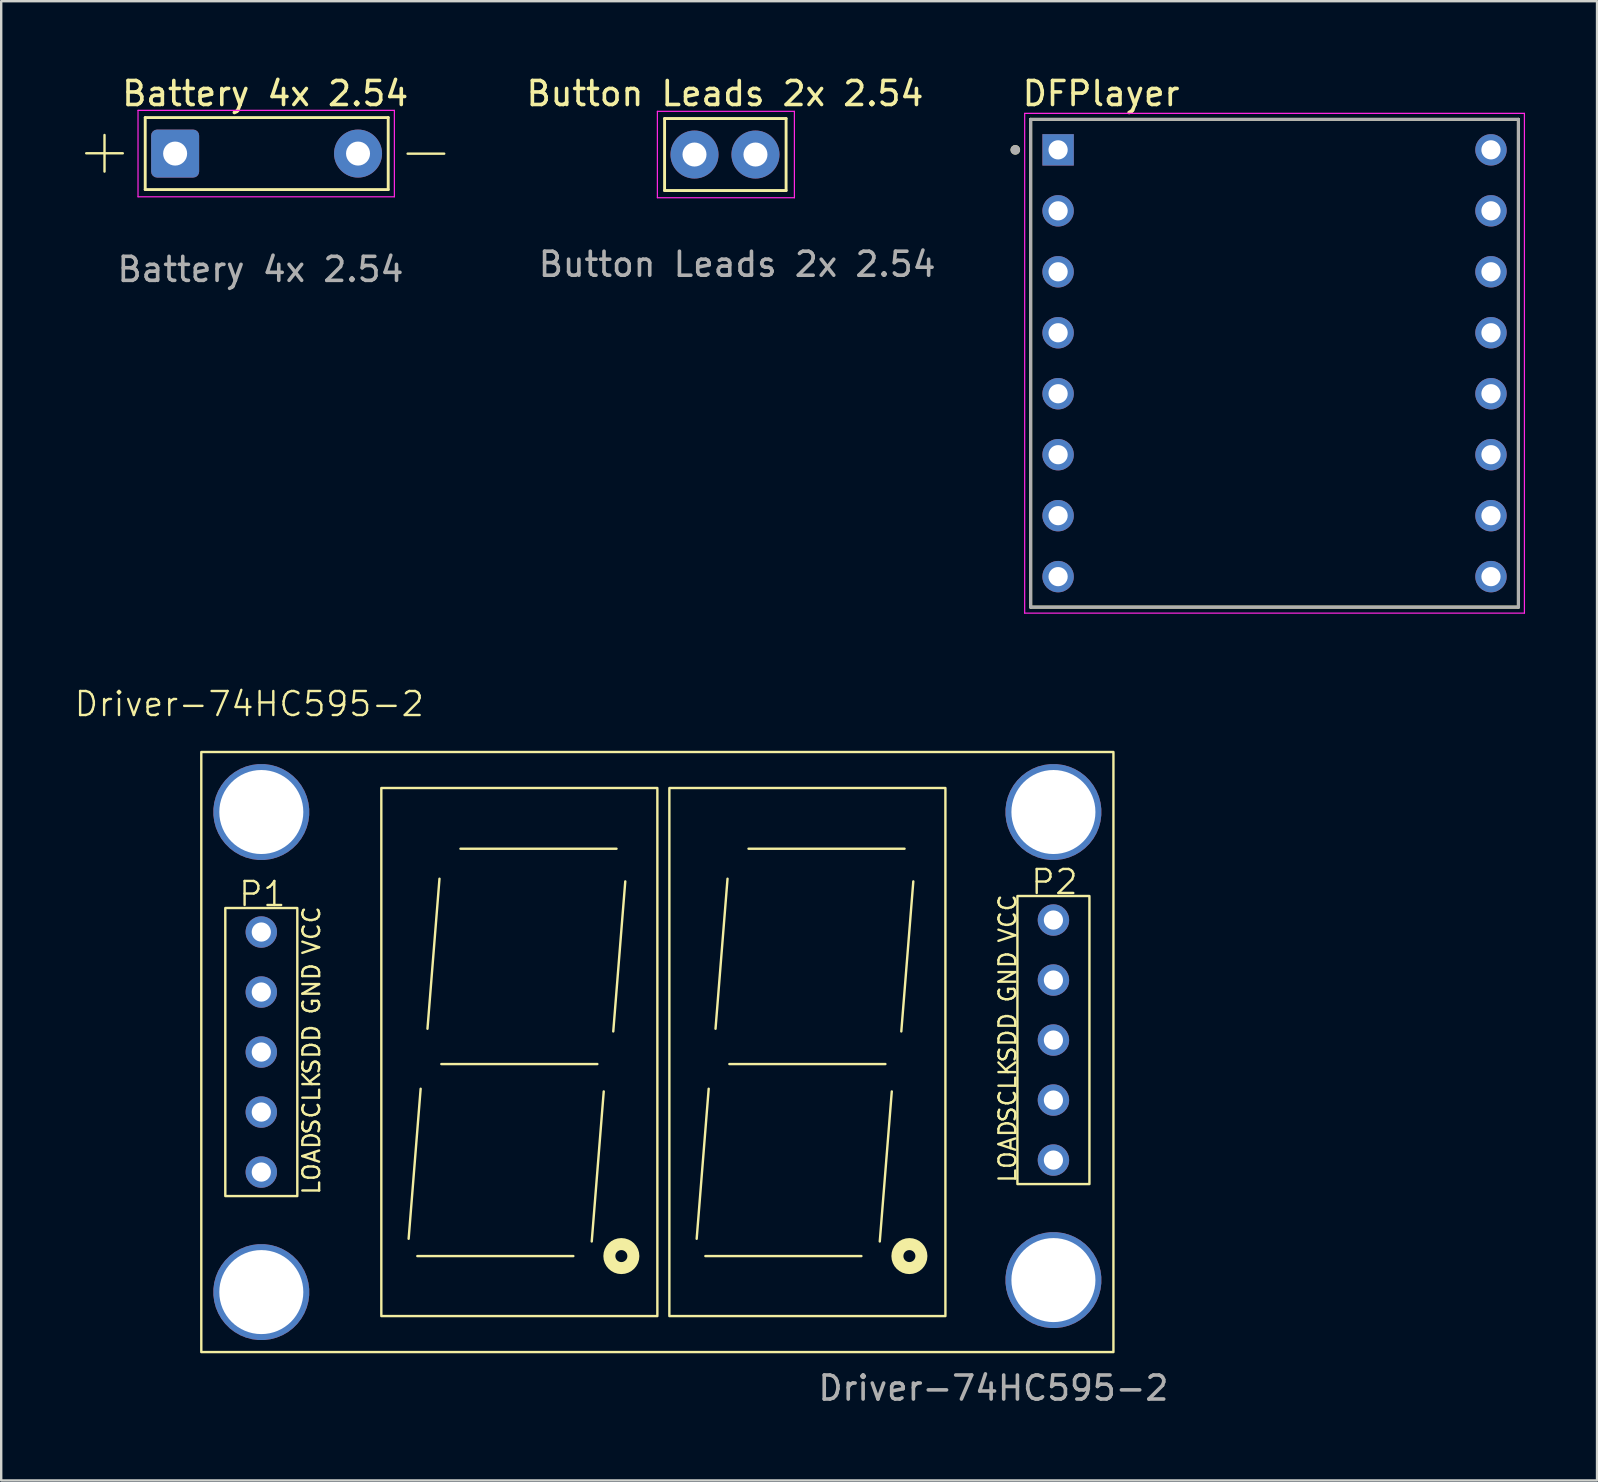
<source format=kicad_pcb>
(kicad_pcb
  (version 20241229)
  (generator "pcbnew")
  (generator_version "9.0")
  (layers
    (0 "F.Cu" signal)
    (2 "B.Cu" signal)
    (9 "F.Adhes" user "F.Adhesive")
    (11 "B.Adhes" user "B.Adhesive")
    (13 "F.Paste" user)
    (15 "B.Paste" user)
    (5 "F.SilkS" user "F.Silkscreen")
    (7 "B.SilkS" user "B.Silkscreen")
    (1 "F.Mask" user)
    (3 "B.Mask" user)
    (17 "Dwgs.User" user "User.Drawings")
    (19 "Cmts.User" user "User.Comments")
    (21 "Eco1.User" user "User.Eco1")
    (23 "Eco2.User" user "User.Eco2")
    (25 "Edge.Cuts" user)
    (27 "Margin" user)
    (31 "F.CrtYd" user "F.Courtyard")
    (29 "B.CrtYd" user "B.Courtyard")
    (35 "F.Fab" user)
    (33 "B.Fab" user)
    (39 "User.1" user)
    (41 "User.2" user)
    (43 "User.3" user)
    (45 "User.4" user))
  (footprint "Driver-74HC595-2"
    (layer "F.Cu")
    (at 24.336 40.279)
    (property "Reference" "Driver-74HC595-2" (at -17 -14 0) (unlocked yes) (layer "F.SilkS") (effects (font (size 1 1) (thickness 0.1))))
    (attr through_hole)
    (fp_line (start -10.362 8.279) (end -9.862 2.029) (stroke (width 0.1) (type default)) (layer "F.SilkS"))
    (fp_line (start -9.577 -0.471) (end -9.077 -6.721) (stroke (width 0.1) (type default)) (layer "F.SilkS"))
    (fp_line (start -9 1) (end -2.5 1) (stroke (width 0.1) (type default)) (layer "F.SilkS"))
    (fp_line (start -8.202 -7.971) (end -1.702 -7.971) (stroke (width 0.1) (type default)) (layer "F.SilkS"))
    (fp_line (start -3.5 9) (end -10 9) (stroke (width 0.1) (type default)) (layer "F.SilkS"))
    (fp_line (start -2.734 8.391) (end -2.234 2.141) (stroke (width 0.1) (type default)) (layer "F.SilkS"))
    (fp_line (start -1.837 -0.359) (end -1.337 -6.609) (stroke (width 0.1) (type default)) (layer "F.SilkS"))
    (fp_line (start 1.638 8.279) (end 2.138 2.029) (stroke (width 0.1) (type default)) (layer "F.SilkS"))
    (fp_line (start 2.423 -0.471) (end 2.923 -6.721) (stroke (width 0.1) (type default)) (layer "F.SilkS"))
    (fp_line (start 3 1) (end 9.5 1) (stroke (width 0.1) (type default)) (layer "F.SilkS"))
    (fp_line (start 3.798 -7.971) (end 10.298 -7.971) (stroke (width 0.1) (type default)) (layer "F.SilkS"))
    (fp_line (start 8.5 9) (end 2 9) (stroke (width 0.1) (type default)) (layer "F.SilkS"))
    (fp_line (start 9.266 8.391) (end 9.766 2.141) (stroke (width 0.1) (type default)) (layer "F.SilkS"))
    (fp_line (start 10.163 -0.359) (end 10.663 -6.609) (stroke (width 0.1) (type default)) (layer "F.SilkS"))
    (fp_rect (start -19 -12) (end 19 13) (stroke (width 0.1) (type default)) (fill no) (layer "F.SilkS"))
    (fp_rect (start -18 -5.5) (end -15 6.5) (stroke (width 0.1) (type default)) (fill no) (layer "F.SilkS"))
    (fp_rect (start -11.5 -10.5) (end 0 11.5) (stroke (width 0.1) (type default)) (fill no) (layer "F.SilkS"))
    (fp_rect (start 0.5 -10.5) (end 12 11.5) (stroke (width 0.1) (type default)) (fill no) (layer "F.SilkS"))
    (fp_rect (start 15 -6) (end 18 6) (stroke (width 0.1) (type default)) (fill no) (layer "F.SilkS"))
    (fp_circle (center -1.5 9) (end -1 9) (stroke (width 0.5) (type default)) (fill no) (layer "F.SilkS"))
    (fp_circle (center 10.5 9) (end 11 9) (stroke (width 0.5) (type default)) (fill no) (layer "F.SilkS"))
    (fp_text user "LOAD" (at 15 6 90) (unlocked yes) (layer "F.SilkS") (effects (font (size 0.7 0.7) (thickness 0.1)) (justify left bottom)))
    (fp_text user "P1" (at -17.5 -5.5 0) (unlocked yes) (layer "F.SilkS") (effects (font (size 1 1) (thickness 0.1)) (justify left bottom)))
    (fp_text user "P2" (at 15.5 -6 0) (unlocked yes) (layer "F.SilkS") (effects (font (size 1 1) (thickness 0.1)) (justify left bottom)))
    (fp_text user "SCLK" (at -14 4 90) (unlocked yes) (layer "F.SilkS") (effects (font (size 0.7 0.7) (thickness 0.1)) (justify left bottom)))
    (fp_text user "SDD" (at -14 1.5 90) (unlocked yes) (layer "F.SilkS") (effects (font (size 0.7 0.7) (thickness 0.1)) (justify left bottom)))
    (fp_text user "GND" (at -14 -1 90) (unlocked yes) (layer "F.SilkS") (effects (font (size 0.7 0.7) (thickness 0.1)) (justify left bottom)))
    (fp_text user "SDD" (at 15 1 90) (unlocked yes) (layer "F.SilkS") (effects (font (size 0.7 0.7) (thickness 0.1)) (justify left bottom)))
    (fp_text user "VCC" (at 15 -4 90) (unlocked yes) (layer "F.SilkS") (effects (font (size 0.7 0.7) (thickness 0.1)) (justify left bottom)))
    (fp_text user "VCC" (at -14 -3.5 90) (unlocked yes) (layer "F.SilkS") (effects (font (size 0.7 0.7) (thickness 0.1)) (justify left bottom)))
    (fp_text user "SCLK" (at 15 3.5 90) (unlocked yes) (layer "F.SilkS") (effects (font (size 0.7 0.7) (thickness 0.1)) (justify left bottom)))
    (fp_text user "GND" (at 15 -1.5 90) (unlocked yes) (layer "F.SilkS") (effects (font (size 0.7 0.7) (thickness 0.1)) (justify left bottom)))
    (fp_text user "LOAD" (at -14 6.5 90) (unlocked yes) (layer "F.SilkS") (effects (font (size 0.7 0.7) (thickness 0.1)) (justify left bottom)))
    (fp_text user "${REFERENCE}" (at 14 14.5 0) (unlocked yes) (layer "F.Fab") (effects (font (size 1 1) (thickness 0.15))))
    (pad "" thru_hole custom (at -16.5 -9.5) (size 4 4) (drill 3.5) (property pad_prop_castellated) (layers "*.Cu" "*.Mask") (options (anchor circle)) (primitives))
    (pad "" thru_hole custom (at -16.5 10.5) (size 4 4) (drill 3.5) (property pad_prop_castellated) (layers "*.Cu" "*.Mask") (options (anchor circle)) (primitives))
    (pad "" thru_hole custom (at 16.5 -9.5) (size 4 4) (drill 3.5) (property pad_prop_castellated) (layers "*.Cu" "*.Mask") (options (anchor circle)) (primitives))
    (pad "" thru_hole custom (at 16.5 10) (size 4 4) (drill 3.5) (property pad_prop_castellated) (layers "*.Cu" "*.Mask") (options (anchor circle)) (primitives))
    (pad "1" thru_hole circle (at -16.5 -4.5) (size 1.308 1.308) (drill 0.8) (layers "*.Cu" "*.Mask"))
    (pad "1" thru_hole circle (at 16.5 -5) (size 1.308 1.308) (drill 0.8) (layers "*.Cu" "*.Mask"))
    (pad "2" thru_hole circle (at -16.5 -2) (size 1.308 1.308) (drill 0.8) (layers "*.Cu" "*.Mask"))
    (pad "2" thru_hole circle (at 16.5 -2.5) (size 1.308 1.308) (drill 0.8) (layers "*.Cu" "*.Mask"))
    (pad "3" thru_hole circle (at -16.5 0.5) (size 1.308 1.308) (drill 0.8) (layers "*.Cu" "*.Mask"))
    (pad "3" thru_hole circle (at 16.5 0) (size 1.308 1.308) (drill 0.8) (layers "*.Cu" "*.Mask"))
    (pad "4" thru_hole circle (at -16.5 3) (size 1.308 1.308) (drill 0.8) (layers "*.Cu" "*.Mask"))
    (pad "4" thru_hole circle (at 16.5 2.5) (size 1.308 1.308) (drill 0.8) (layers "*.Cu" "*.Mask"))
    (pad "5" thru_hole circle (at -16.5 5.5) (size 1.308 1.308) (drill 0.8) (layers "*.Cu" "*.Mask"))
    (pad "5" thru_hole circle (at 16.5 5) (size 1.308 1.308) (drill 0.8) (layers "*.Cu" "*.Mask")))
  (footprint "Button Leads 2x 2.54"
    (layer "F.Cu")
    (at 26.137 3.388)
    (property "Reference" "Button Leads 2x 2.54" (at 1.016 -2.54 0) (layer "F.SilkS") (effects (font (size 1 1) (thickness 0.15))))
    (attr exclude_from_pos_files)
    (fp_line (start -1.5 -1.5) (end -1.5 1.5) (stroke (width 0.12) (type solid)) (layer "F.SilkS"))
    (fp_line (start -1.5 -1.5) (end 3.562 -1.5) (stroke (width 0.12) (type solid)) (layer "F.SilkS"))
    (fp_line (start 3.562 1.5) (end -1.5 1.5) (stroke (width 0.12) (type solid)) (layer "F.SilkS"))
    (fp_line (start 3.562 1.5) (end 3.562 -1.5) (stroke (width 0.12) (type solid)) (layer "F.SilkS"))
    (fp_line (start -1.8 -1.8) (end -1.8 1.8) (stroke (width 0.05) (type solid)) (layer "F.CrtYd"))
    (fp_line (start -1.8 -1.8) (end 3.908 -1.8) (stroke (width 0.05) (type solid)) (layer "F.CrtYd"))
    (fp_line (start 3.908 1.8) (end -1.8 1.8) (stroke (width 0.05) (type solid)) (layer "F.CrtYd"))
    (fp_line (start 3.908 1.8) (end 3.908 -1.8) (stroke (width 0.05) (type solid)) (layer "F.CrtYd"))
    (fp_text user "${REFERENCE}" (at 1.524 4.572 0) (layer "F.Fab") (effects (font (size 1 1) (thickness 0.15))))
    (pad "1" thru_hole circle (at -0.254 0) (size 2 2) (drill 1) (layers "*.Cu" "*.Mask"))
    (pad "2" thru_hole circle (at 2.286 0) (size 2 2) (drill 1) (layers "*.Cu" "*.Mask")))
  (footprint "Battery 4x 2.54"
    (layer "F.Cu")
    (at 4.5 3.348)
    (property "Reference" "Battery 4x 2.54" (at 3.5 -2.5 0) (layer "F.SilkS") (effects (font (size 1 1) (thickness 0.15))))
    (attr exclude_from_pos_files)
    (fp_line (start -1.5 -1.5) (end -1.5 1.5) (stroke (width 0.12) (type solid)) (layer "F.SilkS"))
    (fp_line (start -1.5 -1.5) (end 8.623 -1.5) (stroke (width 0.12) (type solid)) (layer "F.SilkS"))
    (fp_line (start 8.623 1.5) (end -1.5 1.5) (stroke (width 0.12) (type solid)) (layer "F.SilkS"))
    (fp_line (start 8.623 1.5) (end 8.623 -1.5) (stroke (width 0.12) (type solid)) (layer "F.SilkS"))
    (fp_line (start -1.8 -1.8) (end -1.8 1.8) (stroke (width 0.05) (type solid)) (layer "F.CrtYd"))
    (fp_line (start -1.8 -1.8) (end 8.88 -1.8) (stroke (width 0.05) (type solid)) (layer "F.CrtYd"))
    (fp_line (start 8.88 1.8) (end -1.8 1.8) (stroke (width 0.05) (type solid)) (layer "F.CrtYd"))
    (fp_line (start 8.88 1.8) (end 8.88 -1.8) (stroke (width 0.05) (type solid)) (layer "F.CrtYd"))
    (fp_text user "-" (at 8.89 1.016 0) (unlocked yes) (layer "F.SilkS") (effects (font (size 2 2) (thickness 0.1)) (justify left bottom)))
    (fp_text user "+" (at -4.5 1 0) (unlocked yes) (layer "F.SilkS") (effects (font (size 2 2) (thickness 0.1)) (justify left bottom)))
    (fp_text user "${REFERENCE}" (at 3.302 4.826 0) (layer "F.Fab") (effects (font (size 1 1) (thickness 0.15))))
    (pad "1" thru_hole roundrect (at -0.254 0) (size 2 2) (drill 1) (layers "*.Cu" "*.Mask") (roundrect_rratio 0.125))
    (pad "2" thru_hole circle (at 7.366 0) (size 2 2) (drill 1) (layers "*.Cu" "*.Mask")))
  (footprint "DFPlayer"
    (layer "F.Cu")
    (at 50.048 12.083)
    (property "Reference" "DFPlayer" (at -7.225 -11.235 0) (layer "F.SilkS") (effects (font (size 1 1) (thickness 0.15))))
    (attr through_hole)
    (fp_line (start -10.16 -10.16) (end 10.16 -10.16) (stroke (width 0.127) (type solid)) (layer "F.SilkS"))
    (fp_line (start -10.16 10.16) (end -10.16 -10.16) (stroke (width 0.127) (type solid)) (layer "F.SilkS"))
    (fp_line (start 10.16 -10.16) (end 10.16 10.16) (stroke (width 0.127) (type solid)) (layer "F.SilkS"))
    (fp_line (start 10.16 10.16) (end -10.16 10.16) (stroke (width 0.127) (type solid)) (layer "F.SilkS"))
    (fp_circle (center -10.8 -8.89) (end -10.7 -8.89) (stroke (width 0.2) (type solid)) (fill no) (layer "F.SilkS"))
    (fp_line (start -10.41 -10.41) (end 10.41 -10.41) (stroke (width 0.05) (type solid)) (layer "F.CrtYd"))
    (fp_line (start -10.41 10.41) (end -10.41 -10.41) (stroke (width 0.05) (type solid)) (layer "F.CrtYd"))
    (fp_line (start 10.41 -10.41) (end 10.41 10.41) (stroke (width 0.05) (type solid)) (layer "F.CrtYd"))
    (fp_line (start 10.41 10.41) (end -10.41 10.41) (stroke (width 0.05) (type solid)) (layer "F.CrtYd"))
    (fp_line (start -10.16 -10.16) (end 10.16 -10.16) (stroke (width 0.127) (type solid)) (layer "F.Fab"))
    (fp_line (start -10.16 10.16) (end -10.16 -10.16) (stroke (width 0.127) (type solid)) (layer "F.Fab"))
    (fp_line (start 10.16 -10.16) (end 10.16 10.16) (stroke (width 0.127) (type solid)) (layer "F.Fab"))
    (fp_line (start 10.16 10.16) (end -10.16 10.16) (stroke (width 0.127) (type solid)) (layer "F.Fab"))
    (fp_circle (center -10.8 -8.89) (end -10.7 -8.89) (stroke (width 0.2) (type solid)) (fill no) (layer "F.Fab"))
    (pad "1" thru_hole rect (at -9.017 -8.89) (size 1.308 1.308) (drill 0.8) (layers "*.Cu" "*.Mask"))
    (pad "2" thru_hole circle (at -9.017 -6.35) (size 1.308 1.308) (drill 0.8) (layers "*.Cu" "*.Mask"))
    (pad "3" thru_hole circle (at -9.017 -3.81) (size 1.308 1.308) (drill 0.8) (layers "*.Cu" "*.Mask"))
    (pad "4" thru_hole circle (at -9.017 -1.27) (size 1.308 1.308) (drill 0.8) (layers "*.Cu" "*.Mask"))
    (pad "5" thru_hole circle (at -9.017 1.27) (size 1.308 1.308) (drill 0.8) (layers "*.Cu" "*.Mask"))
    (pad "6" thru_hole circle (at -9.017 3.81) (size 1.308 1.308) (drill 0.8) (layers "*.Cu" "*.Mask"))
    (pad "7" thru_hole circle (at -9.017 6.35) (size 1.308 1.308) (drill 0.8) (layers "*.Cu" "*.Mask"))
    (pad "8" thru_hole circle (at -9.017 8.89) (size 1.308 1.308) (drill 0.8) (layers "*.Cu" "*.Mask"))
    (pad "9" thru_hole circle (at 9.017 8.89) (size 1.308 1.308) (drill 0.8) (layers "*.Cu" "*.Mask"))
    (pad "10" thru_hole circle (at 9.017 6.35) (size 1.308 1.308) (drill 0.8) (layers "*.Cu" "*.Mask"))
    (pad "11" thru_hole circle (at 9.017 3.81) (size 1.308 1.308) (drill 0.8) (layers "*.Cu" "*.Mask"))
    (pad "12" thru_hole circle (at 9.017 1.27) (size 1.308 1.308) (drill 0.8) (layers "*.Cu" "*.Mask"))
    (pad "13" thru_hole circle (at 9.017 -1.27) (size 1.308 1.308) (drill 0.8) (layers "*.Cu" "*.Mask"))
    (pad "14" thru_hole circle (at 9.017 -3.81) (size 1.308 1.308) (drill 0.8) (layers "*.Cu" "*.Mask"))
    (pad "15" thru_hole circle (at 9.017 -6.35) (size 1.308 1.308) (drill 0.8) (layers "*.Cu" "*.Mask"))
    (pad "16" thru_hole circle (at 9.017 -8.89) (size 1.308 1.308) (drill 0.8) (layers "*.Cu" "*.Mask")))
  (gr_rect
    (start -3 -3)
    (end 63.483 58.627)
    (stroke (width 0.1) (type default))
    (fill no)
    (layer "Edge.Cuts")))
</source>
